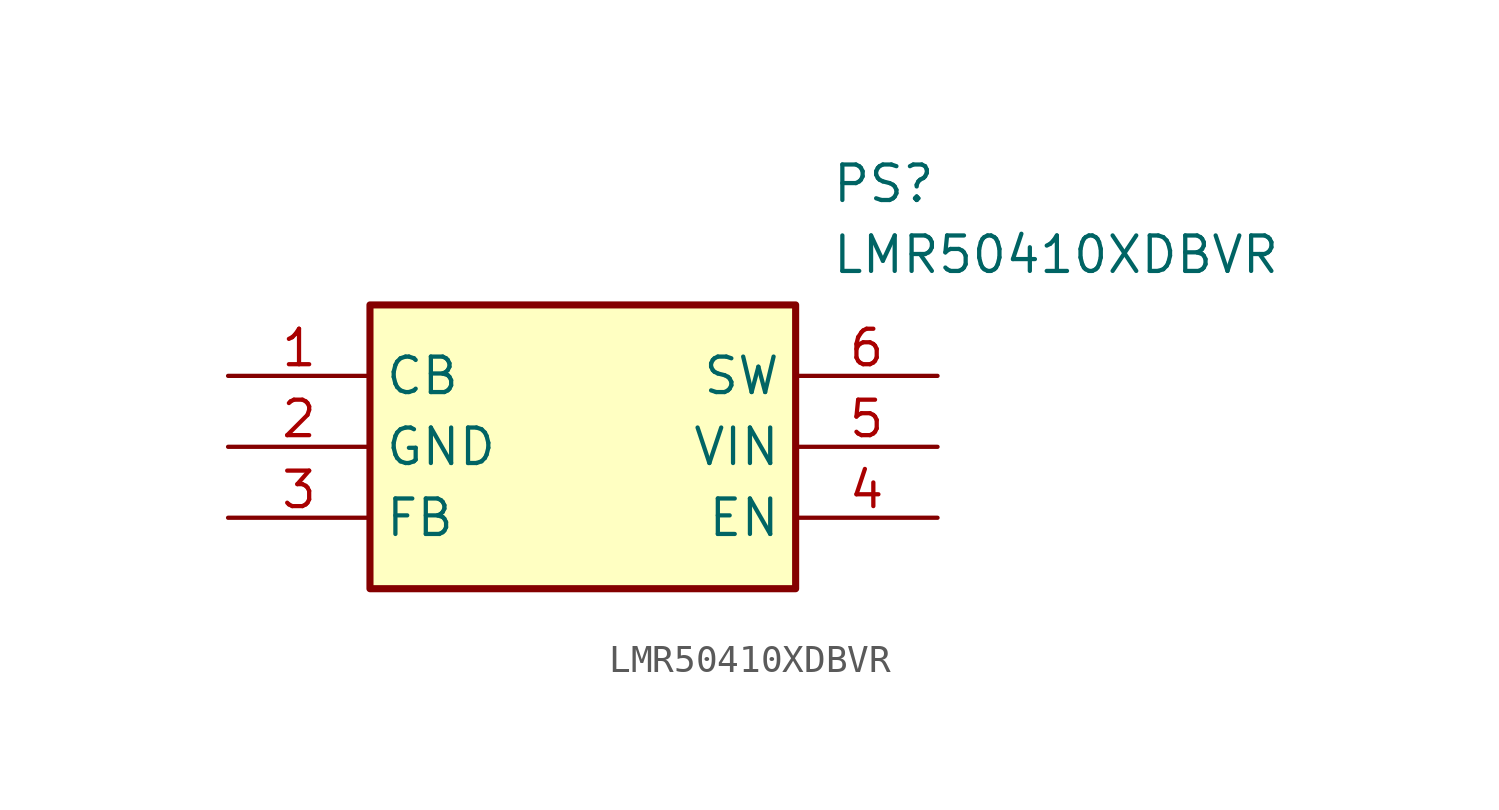
<source format=kicad_sym>
(kicad_symbol_lib
  (version 20211014)
  (generator SamacSys_ECAD_Model)
  (symbol "LMR50410XDBVR"
    (property "Reference" "PS"
      (at 21.59 7.62 0)
      (effects (font (size 1.27 1.27)) (justify left top)))
    (property "Value" "LMR50410XDBVR"
      (at 21.59 5.08 0)
      (effects (font (size 1.27 1.27)) (justify left top)))
    (rectangle
      (start 5.08 2.54)
      (end 20.32 -7.62)
      (stroke (width 0.254) (type default))
      (fill (type background)))
    (pin passive line
      (at 0 0 0)
      (length 5.08)
      (name "CB" (effects (font (size 1.27 1.27))))
      (number "1" (effects (font (size 1.27 1.27)))))
    (pin power_in line
      (at 0 -2.54 0)
      (length 5.08)
      (name "GND" (effects (font (size 1.27 1.27))))
      (number "2" (effects (font (size 1.27 1.27)))))
    (pin passive line
      (at 0 -5.08 0)
      (length 5.08)
      (name "FB" (effects (font (size 1.27 1.27))))
      (number "3" (effects (font (size 1.27 1.27)))))
    (pin passive line
      (at 25.4 0 180)
      (length 5.08)
      (name "SW" (effects (font (size 1.27 1.27))))
      (number "6" (effects (font (size 1.27 1.27)))))
    (pin power_in line
      (at 25.4 -2.54 180)
      (length 5.08)
      (name "VIN" (effects (font (size 1.27 1.27))))
      (number "5" (effects (font (size 1.27 1.27)))))
    (pin passive line
      (at 25.4 -5.08 180)
      (length 5.08)
      (name "EN" (effects (font (size 1.27 1.27))))
      (number "4" (effects (font (size 1.27 1.27)))))))
</source>
